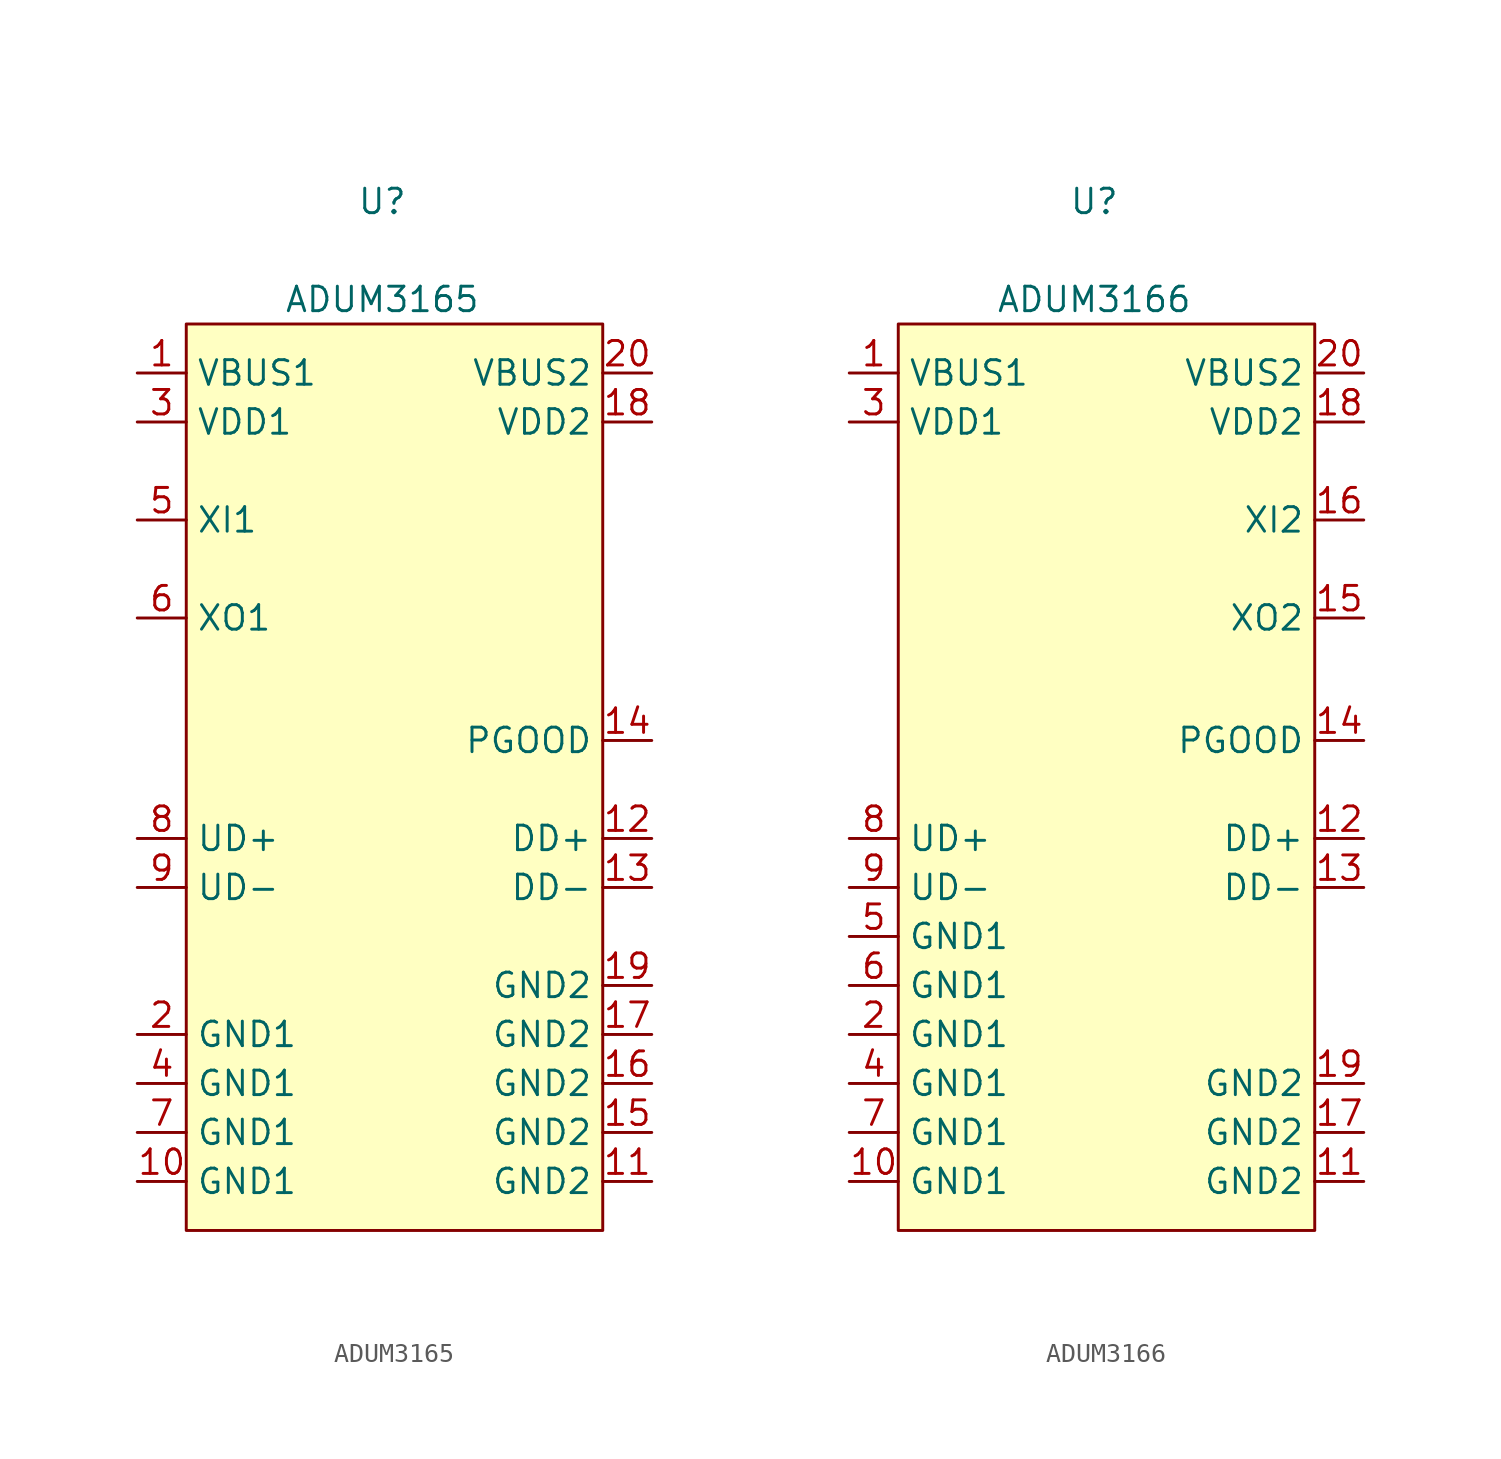
<source format=kicad_sym>
(kicad_symbol_lib
  (version 20211014)
  (generator kicad_symbol_editor)
  (symbol "ADUM3165"
    (property "Reference" "U"
      (at 0 33.02 0)
      (effects (font (size 1.27 1.27))))
    (property "Value" "ADUM3165"
      (at 0 27.94 0)
      (effects (font (size 1.27 1.27))))
    (symbol "ADUM3165_0_1"
      (rectangle (start -10.16 26.67) (end 11.43 -20.32) (stroke (width 0) (type default) (color 0 0 0 0)) (fill (type background))))
    (symbol "ADUM3165_1_1"
      (pin power_in line (at -12.7 24.13 0) (length 2.54) (name "VBUS1" (effects (font (size 1.27 1.27)))) (number "1" (effects (font (size 1.27 1.27)))))
      (pin unspecified line (at -12.7 -17.78 0) (length 2.54) (name "GND1" (effects (font (size 1.27 1.27)))) (number "10" (effects (font (size 1.27 1.27)))))
      (pin unspecified line (at 13.97 -17.78 180) (length 2.54) (name "GND2" (effects (font (size 1.27 1.27)))) (number "11" (effects (font (size 1.27 1.27)))))
      (pin bidirectional line (at 13.97 0 180) (length 2.54) (name "DD+" (effects (font (size 1.27 1.27)))) (number "12" (effects (font (size 1.27 1.27)))))
      (pin bidirectional line (at 13.97 -2.54 180) (length 2.54) (name "DD-" (effects (font (size 1.27 1.27)))) (number "13" (effects (font (size 1.27 1.27)))))
      (pin output line (at 13.97 5.08 180) (length 2.54) (name "PGOOD" (effects (font (size 1.27 1.27)))) (number "14" (effects (font (size 1.27 1.27)))))
      (pin unspecified line (at 13.97 -15.24 180) (length 2.54) (name "GND2" (effects (font (size 1.27 1.27)))) (number "15" (effects (font (size 1.27 1.27)))))
      (pin unspecified line (at 13.97 -12.7 180) (length 2.54) (name "GND2" (effects (font (size 1.27 1.27)))) (number "16" (effects (font (size 1.27 1.27)))))
      (pin unspecified line (at 13.97 -10.16 180) (length 2.54) (name "GND2" (effects (font (size 1.27 1.27)))) (number "17" (effects (font (size 1.27 1.27)))))
      (pin bidirectional line (at 13.97 21.59 180) (length 2.54) (name "VDD2" (effects (font (size 1.27 1.27)))) (number "18" (effects (font (size 1.27 1.27)))))
      (pin unspecified line (at 13.97 -7.62 180) (length 2.54) (name "GND2" (effects (font (size 1.27 1.27)))) (number "19" (effects (font (size 1.27 1.27)))))
      (pin unspecified line (at -12.7 -10.16 0) (length 2.54) (name "GND1" (effects (font (size 1.27 1.27)))) (number "2" (effects (font (size 1.27 1.27)))))
      (pin power_in line (at 13.97 24.13 180) (length 2.54) (name "VBUS2" (effects (font (size 1.27 1.27)))) (number "20" (effects (font (size 1.27 1.27)))))
      (pin bidirectional line (at -12.7 21.59 0) (length 2.54) (name "VDD1" (effects (font (size 1.27 1.27)))) (number "3" (effects (font (size 1.27 1.27)))))
      (pin unspecified line (at -12.7 -12.7 0) (length 2.54) (name "GND1" (effects (font (size 1.27 1.27)))) (number "4" (effects (font (size 1.27 1.27)))))
      (pin input line (at -12.7 16.51 0) (length 2.54) (name "XI1" (effects (font (size 1.27 1.27)))) (number "5" (effects (font (size 1.27 1.27)))))
      (pin output line (at -12.7 11.43 0) (length 2.54) (name "XO1" (effects (font (size 1.27 1.27)))) (number "6" (effects (font (size 1.27 1.27)))))
      (pin unspecified line (at -12.7 -15.24 0) (length 2.54) (name "GND1" (effects (font (size 1.27 1.27)))) (number "7" (effects (font (size 1.27 1.27)))))
      (pin bidirectional line (at -12.7 0 0) (length 2.54) (name "UD+" (effects (font (size 1.27 1.27)))) (number "8" (effects (font (size 1.27 1.27)))))
      (pin bidirectional line (at -12.7 -2.54 0) (length 2.54) (name "UD-" (effects (font (size 1.27 1.27)))) (number "9" (effects (font (size 1.27 1.27)))))))
  (symbol "ADUM3166"
    (property "Reference" "U"
      (at 0 33.02 0)
      (effects (font (size 1.27 1.27))))
    (property "Value" "ADUM3166"
      (at 0 27.94 0)
      (effects (font (size 1.27 1.27))))
    (symbol "ADUM3166_0_1"
      (rectangle (start -10.16 26.67) (end 11.43 -20.32) (stroke (width 0) (type default) (color 0 0 0 0)) (fill (type background))))
    (symbol "ADUM3166_1_1"
      (pin power_in line (at -12.7 24.13 0) (length 2.54) (name "VBUS1" (effects (font (size 1.27 1.27)))) (number "1" (effects (font (size 1.27 1.27)))))
      (pin unspecified line (at -12.7 -17.78 0) (length 2.54) (name "GND1" (effects (font (size 1.27 1.27)))) (number "10" (effects (font (size 1.27 1.27)))))
      (pin unspecified line (at 13.97 -17.78 180) (length 2.54) (name "GND2" (effects (font (size 1.27 1.27)))) (number "11" (effects (font (size 1.27 1.27)))))
      (pin bidirectional line (at 13.97 0 180) (length 2.54) (name "DD+" (effects (font (size 1.27 1.27)))) (number "12" (effects (font (size 1.27 1.27)))))
      (pin bidirectional line (at 13.97 -2.54 180) (length 2.54) (name "DD-" (effects (font (size 1.27 1.27)))) (number "13" (effects (font (size 1.27 1.27)))))
      (pin output line (at 13.97 5.08 180) (length 2.54) (name "PGOOD" (effects (font (size 1.27 1.27)))) (number "14" (effects (font (size 1.27 1.27)))))
      (pin output line (at 13.97 11.43 180) (length 2.54) (name "XO2" (effects (font (size 1.27 1.27)))) (number "15" (effects (font (size 1.27 1.27)))))
      (pin input line (at 13.97 16.51 180) (length 2.54) (name "XI2" (effects (font (size 1.27 1.27)))) (number "16" (effects (font (size 1.27 1.27)))))
      (pin unspecified line (at 13.97 -15.24 180) (length 2.54) (name "GND2" (effects (font (size 1.27 1.27)))) (number "17" (effects (font (size 1.27 1.27)))))
      (pin bidirectional line (at 13.97 21.59 180) (length 2.54) (name "VDD2" (effects (font (size 1.27 1.27)))) (number "18" (effects (font (size 1.27 1.27)))))
      (pin unspecified line (at 13.97 -12.7 180) (length 2.54) (name "GND2" (effects (font (size 1.27 1.27)))) (number "19" (effects (font (size 1.27 1.27)))))
      (pin unspecified line (at -12.7 -10.16 0) (length 2.54) (name "GND1" (effects (font (size 1.27 1.27)))) (number "2" (effects (font (size 1.27 1.27)))))
      (pin power_in line (at 13.97 24.13 180) (length 2.54) (name "VBUS2" (effects (font (size 1.27 1.27)))) (number "20" (effects (font (size 1.27 1.27)))))
      (pin bidirectional line (at -12.7 21.59 0) (length 2.54) (name "VDD1" (effects (font (size 1.27 1.27)))) (number "3" (effects (font (size 1.27 1.27)))))
      (pin unspecified line (at -12.7 -12.7 0) (length 2.54) (name "GND1" (effects (font (size 1.27 1.27)))) (number "4" (effects (font (size 1.27 1.27)))))
      (pin unspecified line (at -12.7 -5.08 0) (length 2.54) (name "GND1" (effects (font (size 1.27 1.27)))) (number "5" (effects (font (size 1.27 1.27)))))
      (pin unspecified line (at -12.7 -7.62 0) (length 2.54) (name "GND1" (effects (font (size 1.27 1.27)))) (number "6" (effects (font (size 1.27 1.27)))))
      (pin unspecified line (at -12.7 -15.24 0) (length 2.54) (name "GND1" (effects (font (size 1.27 1.27)))) (number "7" (effects (font (size 1.27 1.27)))))
      (pin bidirectional line (at -12.7 0 0) (length 2.54) (name "UD+" (effects (font (size 1.27 1.27)))) (number "8" (effects (font (size 1.27 1.27)))))
      (pin bidirectional line (at -12.7 -2.54 0) (length 2.54) (name "UD-" (effects (font (size 1.27 1.27)))) (number "9" (effects (font (size 1.27 1.27))))))))
</source>
